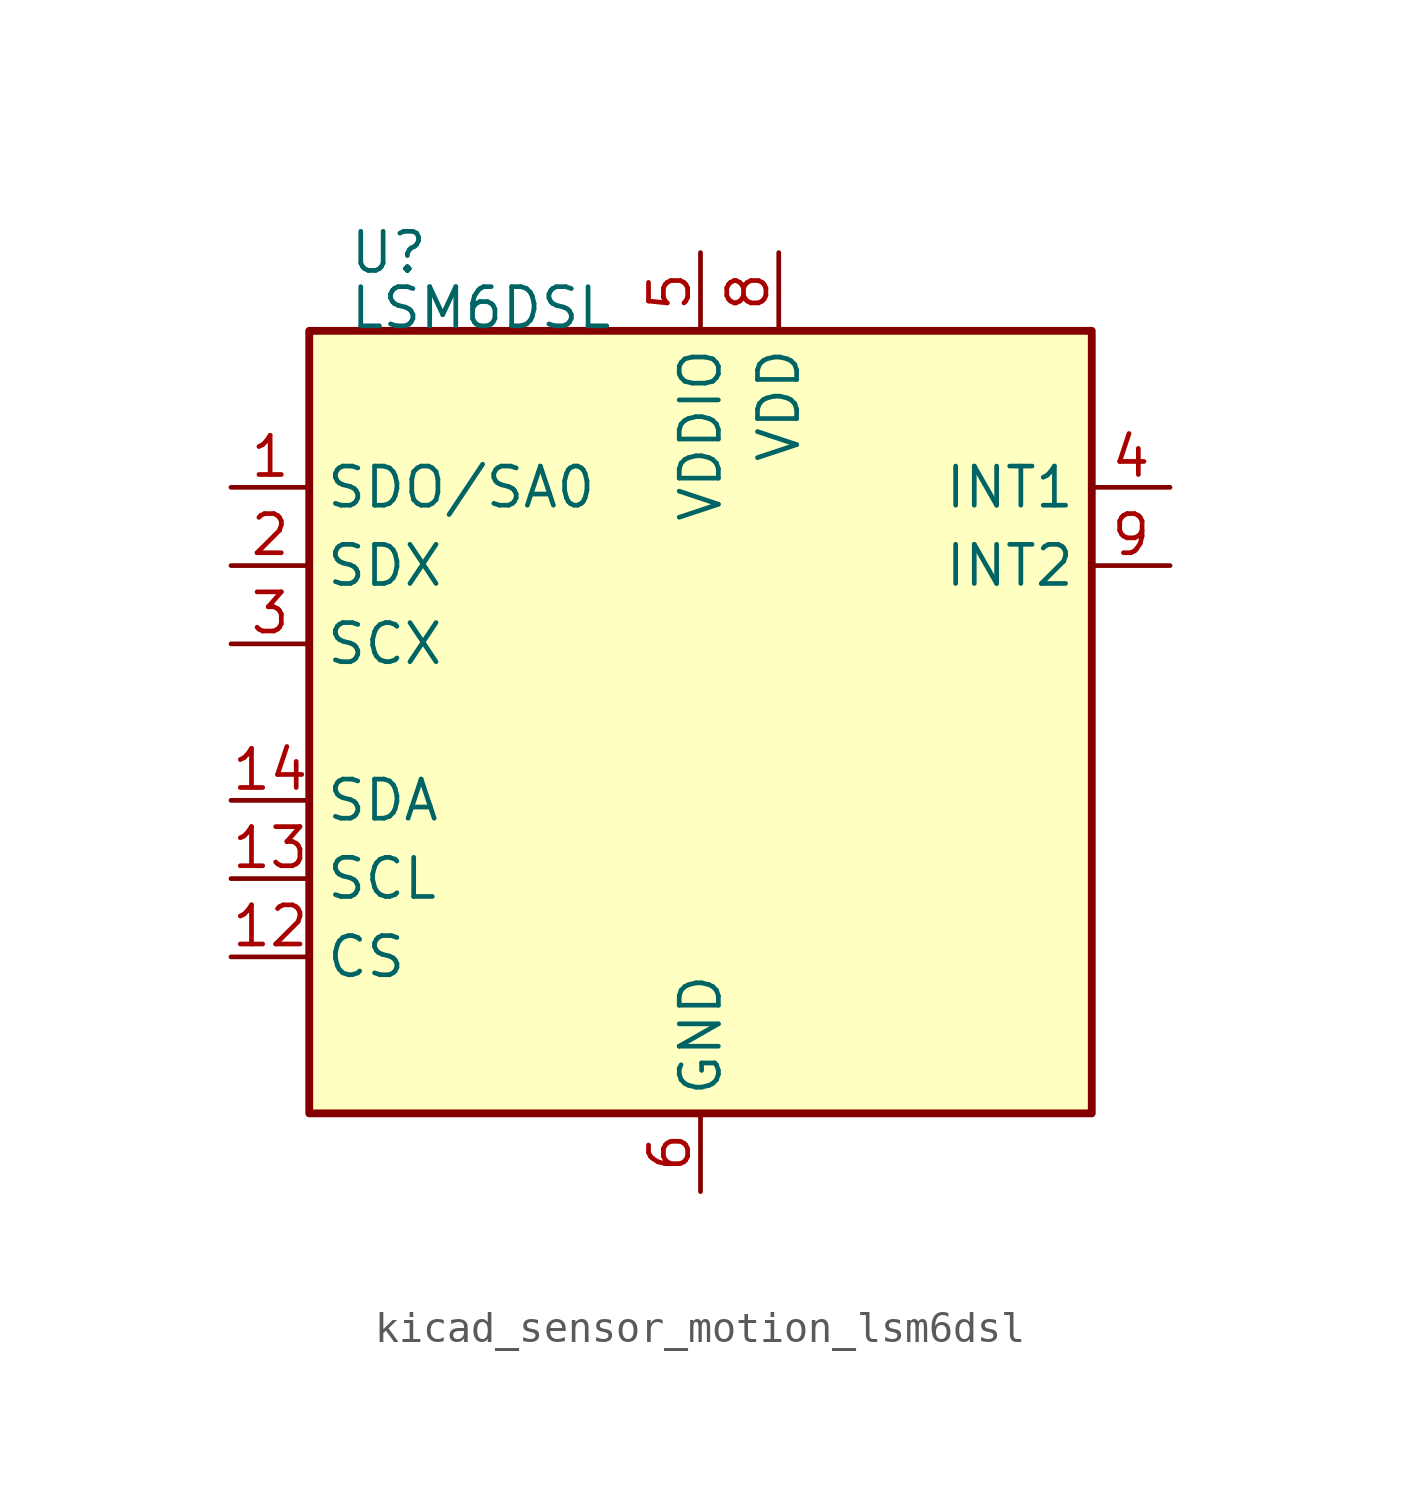
<source format=kicad_sym>
(kicad_symbol_lib
  (version 20220914)
  (generator kicad_symbol_editor)
  (symbol "kicad_sensor_motion_lsm6dsl"
    (property "Reference" "U"
      (at -11.43 15.24 0)
      (effects (font (size 1.27 1.27)) (justify left)))
    (property "Value" "LSM6DSL"
      (at -11.43 12.7 0)
      (effects (font (size 1.27 1.27)) (justify left bottom)))
    (symbol "kicad_sensor_motion_lsm6dsl_0_1"
      (rectangle (start -12.7 12.7) (end 12.7 -12.7) (stroke (width 0.254) (type default)) (fill (type background))))
    (symbol "kicad_sensor_motion_lsm6dsl_1_1"
      (pin bidirectional line (at -15.24 7.62 0) (length 2.54) (name "SDO/SA0" (effects (font (size 1.27 1.27)))) (number "1" (effects (font (size 1.27 1.27)))))
      (pin no_connect line (at 12.7 -5.08 180) (length 3.81) hide (name "NC" (effects (font (size 1.27 1.27)))) (number "10" (effects (font (size 1.27 1.27)))))
      (pin no_connect line (at 12.7 -2.54 180) (length 3.81) hide (name "NC" (effects (font (size 1.27 1.27)))) (number "11" (effects (font (size 1.27 1.27)))))
      (pin input line (at -15.24 -7.62 0) (length 2.54) (name "CS" (effects (font (size 1.27 1.27)))) (number "12" (effects (font (size 1.27 1.27)))))
      (pin input line (at -15.24 -5.08 0) (length 2.54) (name "SCL" (effects (font (size 1.27 1.27)))) (number "13" (effects (font (size 1.27 1.27)))))
      (pin bidirectional line (at -15.24 -2.54 0) (length 2.54) (name "SDA" (effects (font (size 1.27 1.27)))) (number "14" (effects (font (size 1.27 1.27)))))
      (pin bidirectional line (at -15.24 5.08 0) (length 2.54) (name "SDX" (effects (font (size 1.27 1.27)))) (number "2" (effects (font (size 1.27 1.27)))))
      (pin input line (at -15.24 2.54 0) (length 2.54) (name "SCX" (effects (font (size 1.27 1.27)))) (number "3" (effects (font (size 1.27 1.27)))))
      (pin output line (at 15.24 7.62 180) (length 2.54) (name "INT1" (effects (font (size 1.27 1.27)))) (number "4" (effects (font (size 1.27 1.27)))))
      (pin power_in line (at 0 15.24 270) (length 2.54) (name "VDDIO" (effects (font (size 1.27 1.27)))) (number "5" (effects (font (size 1.27 1.27)))))
      (pin power_in line (at 0 -15.24 90) (length 2.54) (name "GND" (effects (font (size 1.27 1.27)))) (number "6" (effects (font (size 1.27 1.27)))))
      (pin passive line (at 0 -15.24 90) (length 2.54) hide (name "GND" (effects (font (size 1.27 1.27)))) (number "7" (effects (font (size 1.27 1.27)))))
      (pin power_in line (at 2.54 15.24 270) (length 2.54) (name "VDD" (effects (font (size 1.27 1.27)))) (number "8" (effects (font (size 1.27 1.27)))))
      (pin output line (at 15.24 5.08 180) (length 2.54) (name "INT2" (effects (font (size 1.27 1.27)))) (number "9" (effects (font (size 1.27 1.27))))))))
</source>
